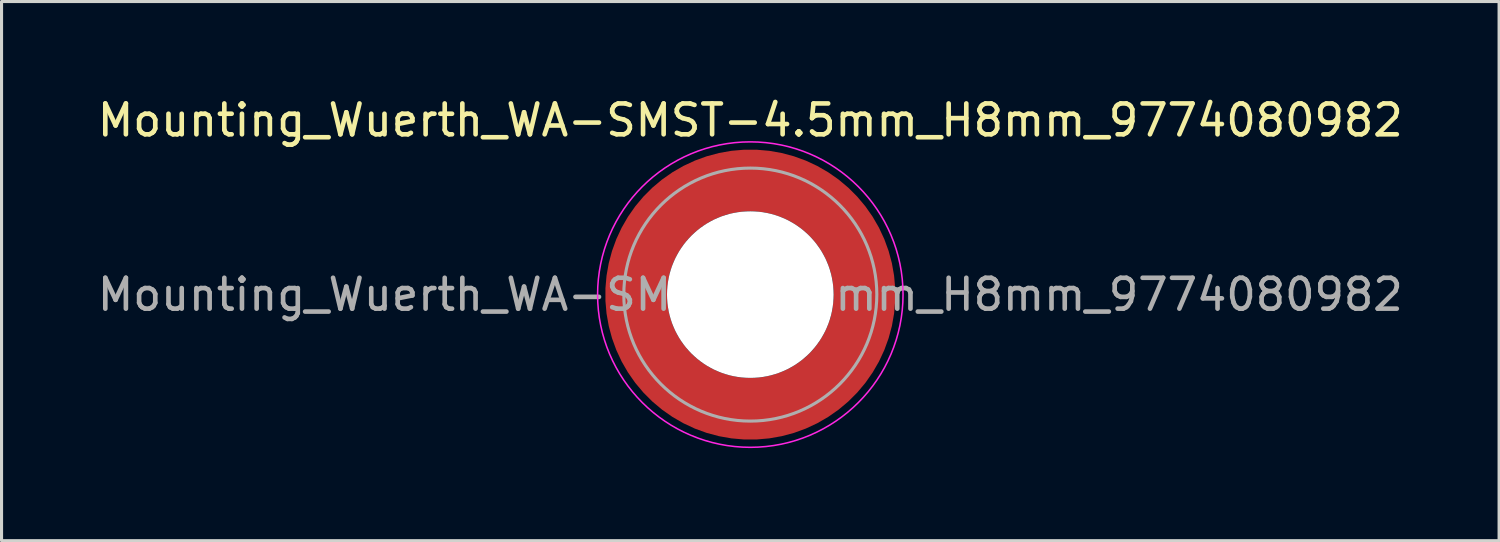
<source format=kicad_pcb>
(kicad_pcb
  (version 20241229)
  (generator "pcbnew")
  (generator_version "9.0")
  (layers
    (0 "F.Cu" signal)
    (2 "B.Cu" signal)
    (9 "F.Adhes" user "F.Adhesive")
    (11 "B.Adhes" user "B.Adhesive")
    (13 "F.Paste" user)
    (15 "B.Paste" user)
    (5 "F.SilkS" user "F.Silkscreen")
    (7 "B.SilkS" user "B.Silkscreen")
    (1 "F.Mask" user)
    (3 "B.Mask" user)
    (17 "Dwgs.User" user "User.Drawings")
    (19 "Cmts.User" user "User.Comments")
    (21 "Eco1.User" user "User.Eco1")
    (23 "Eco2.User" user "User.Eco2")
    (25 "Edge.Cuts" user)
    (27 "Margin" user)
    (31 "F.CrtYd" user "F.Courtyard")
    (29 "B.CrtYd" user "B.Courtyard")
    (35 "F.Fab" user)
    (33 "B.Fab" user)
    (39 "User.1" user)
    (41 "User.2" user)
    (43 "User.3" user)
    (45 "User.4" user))
  (footprint "Mounting_Wuerth_WA-SMST-4.5mm_H8mm_9774080982"
    (layer "F.Cu")
    (at 21.268 6.498)
    (property "Reference" "Mounting_Wuerth_WA-SMST-4.5mm_H8mm_9774080982" (at 0 -5.65 0) (layer "F.SilkS") (effects (font (size 1 1) (thickness 0.15))))
    (property "Mouser Part no." "" (at 0 0 0) (layer "F.Fab") (effects (font (size 1.27 1.27) (thickness 0.15))))
    (property "Mouser link" "" (at 0 0 0) (layer "F.Fab") (effects (font (size 1.27 1.27) (thickness 0.15))))
    (attr smd)
    (fp_circle (center 0 0) (end 4.95 0) (stroke (width 0.05) (type solid)) (fill no) (layer "F.CrtYd"))
    (fp_circle (center 0 0) (end 4.1 0) (stroke (width 0.1) (type solid)) (fill no) (layer "F.Fab"))
    (fp_text user "${REFERENCE}" (at 0 0 0) (layer "F.Fab") (effects (font (size 1 1) (thickness 0.15))))
    (pad "" smd custom (at -2.607 -2.607) (size 1.495 1.495) (layers "F.Paste") (options (anchor circle)) (primitives (gr_arc (start -0.188183 2.107456) (mid 0.598928 0.599619) (end 2.106494 -0.188011) (width 0.2)) (gr_arc (start -0.289416 2.107456) (mid 0.528508 0.529033) (end 2.106724 -0.28929) (width 0.2)) (gr_arc (start -0.390547 2.107456) (mid 0.457087 0.459449) (end 2.104161 -0.389996) (width 0.2)) (gr_arc (start -0.491585 2.107456) (mid 0.386415 0.389116) (end 2.103685 -0.490974) (width 0.2)) (gr_arc (start -0.59254 2.107456) (mid 0.31649 0.318035) (end 2.105297 -0.592202) (width 0.2)) (gr_arc (start -0.693419 2.107456) (mid 0.245252 0.248268) (end 2.103239 -0.692777) (width 0.2)) (gr_arc (start -0.794229 2.107456) (mid 0.174636 0.177878) (end 2.102921 -0.793559) (width 0.2)) (gr_arc (start -0.894975 2.107456) (mid 0.104643 0.106866) (end 2.104343 -0.894529) (width 0.2)) (gr_arc (start -0.995664 2.107456) (mid 0.033026 0.037479) (end 2.101219 -0.994793) (width 0.2)) (gr_arc (start -1.0963 2.107456) (mid -0.035789 -0.034714) (end 2.105949 -1.096096) (width 0.2)) (gr_arc (start -1.196886 2.107456) (mid -0.106351 -0.105157) (end 2.105783 -1.196666) (width 0.2)) (gr_arc (start -1.297427 2.107456) (mid -0.176416 -0.176097) (end 2.107009 -1.29737) (width 0.2)) (gr_arc (start -1.397927 2.107456) (mid -0.248476 -0.245042) (end 2.102638 -1.397323) (width 0.2)) (gr_arc (start -1.498388 2.107456) (mid -0.317612 -0.316913) (end 2.106475 -1.498268) (width 0.2)) (gr_arc (start -1.598813 2.107456) (mid -0.388865 -0.386665) (end 2.104366 -1.598444) (width 0.2)) (gr_arc (start -1.699204 2.107456) (mid -0.459747 -0.456787) (end 2.103299 -1.698719) (width 0.2)) (gr_arc (start -1.799565 2.107456) (mid -0.530257 -0.527283) (end 2.103277 -1.799089) (width 0.2)) (gr_arc (start -1.899896 2.107456) (mid -0.600396 -0.59815) (end 2.104299 -1.899545) (width 0.2)) (gr_arc (start -1.899896 2.107456) (mid -0.600396 -0.59815) (end 2.104299 -1.899545) (width 0.2)) (gr_line (start 2.107 -0.188) (end 2.107 -1.9) (width 0.2)) (gr_line (start -0.188 2.107) (end -1.9 2.107) (width 0.2))))
    (pad "" smd custom (at -2.607 2.607) (size 1.495 1.495) (layers "F.Paste") (options (anchor circle)) (primitives (gr_arc (start 2.107456 0.188183) (mid 0.599619 -0.598928) (end -0.188011 -2.106494) (width 0.2)) (gr_arc (start 2.107456 0.289416) (mid 0.529033 -0.528508) (end -0.28929 -2.106724) (width 0.2)) (gr_arc (start 2.107456 0.390547) (mid 0.459449 -0.457087) (end -0.389996 -2.104161) (width 0.2)) (gr_arc (start 2.107456 0.491585) (mid 0.389116 -0.386415) (end -0.490974 -2.103685) (width 0.2)) (gr_arc (start 2.107456 0.59254) (mid 0.318035 -0.31649) (end -0.592202 -2.105297) (width 0.2)) (gr_arc (start 2.107456 0.693419) (mid 0.248268 -0.245252) (end -0.692777 -2.103239) (width 0.2)) (gr_arc (start 2.107456 0.794229) (mid 0.177878 -0.174636) (end -0.793559 -2.102921) (width 0.2)) (gr_arc (start 2.107456 0.894975) (mid 0.106866 -0.104643) (end -0.894529 -2.104343) (width 0.2)) (gr_arc (start 2.107456 0.995664) (mid 0.037479 -0.033026) (end -0.994793 -2.101219) (width 0.2)) (gr_arc (start 2.107456 1.0963) (mid -0.034714 0.035789) (end -1.096096 -2.105949) (width 0.2)) (gr_arc (start 2.107456 1.196886) (mid -0.105157 0.106351) (end -1.196666 -2.105783) (width 0.2)) (gr_arc (start 2.107456 1.297427) (mid -0.176097 0.176416) (end -1.29737 -2.107009) (width 0.2)) (gr_arc (start 2.107456 1.397927) (mid -0.245042 0.248476) (end -1.397323 -2.102638) (width 0.2)) (gr_arc (start 2.107456 1.498388) (mid -0.316913 0.317612) (end -1.498268 -2.106475) (width 0.2)) (gr_arc (start 2.107456 1.598813) (mid -0.386665 0.388865) (end -1.598444 -2.104366) (width 0.2)) (gr_arc (start 2.107456 1.699204) (mid -0.456787 0.459747) (end -1.698719 -2.103299) (width 0.2)) (gr_arc (start 2.107456 1.799565) (mid -0.527283 0.530257) (end -1.799089 -2.103277) (width 0.2)) (gr_arc (start 2.107456 1.899896) (mid -0.59815 0.600396) (end -1.899545 -2.104299) (width 0.2)) (gr_arc (start 2.107456 1.899896) (mid -0.59815 0.600396) (end -1.899545 -2.104299) (width 0.2)) (gr_line (start -0.188 -2.107) (end -1.9 -2.107) (width 0.2)) (gr_line (start 2.107 0.188) (end 2.107 1.9) (width 0.2))))
    (pad "" np_thru_hole circle (at 0 0) (size 5.4 5.4) (drill 5.4) (layers "*.Cu" "*.Mask"))
    (pad "" smd custom (at 2.607 -2.607) (size 1.495 1.495) (layers "F.Paste") (options (anchor circle)) (primitives (gr_arc (start -2.107456 -0.188183) (mid -0.599619 0.598928) (end 0.188011 2.106494) (width 0.2)) (gr_arc (start -2.107456 -0.289416) (mid -0.529033 0.528508) (end 0.28929 2.106724) (width 0.2)) (gr_arc (start -2.107456 -0.390547) (mid -0.459449 0.457087) (end 0.389996 2.104161) (width 0.2)) (gr_arc (start -2.107456 -0.491585) (mid -0.389116 0.386415) (end 0.490974 2.103685) (width 0.2)) (gr_arc (start -2.107456 -0.59254) (mid -0.318035 0.31649) (end 0.592202 2.105297) (width 0.2)) (gr_arc (start -2.107456 -0.693419) (mid -0.248268 0.245252) (end 0.692777 2.103239) (width 0.2)) (gr_arc (start -2.107456 -0.794229) (mid -0.177878 0.174636) (end 0.793559 2.102921) (width 0.2)) (gr_arc (start -2.107456 -0.894975) (mid -0.106866 0.104643) (end 0.894529 2.104343) (width 0.2)) (gr_arc (start -2.107456 -0.995664) (mid -0.037479 0.033026) (end 0.994793 2.101219) (width 0.2)) (gr_arc (start -2.107456 -1.0963) (mid 0.034714 -0.035789) (end 1.096096 2.105949) (width 0.2)) (gr_arc (start -2.107456 -1.196886) (mid 0.105157 -0.106351) (end 1.196666 2.105783) (width 0.2)) (gr_arc (start -2.107456 -1.297427) (mid 0.176097 -0.176416) (end 1.29737 2.107009) (width 0.2)) (gr_arc (start -2.107456 -1.397927) (mid 0.245042 -0.248476) (end 1.397323 2.102638) (width 0.2)) (gr_arc (start -2.107456 -1.498388) (mid 0.316913 -0.317612) (end 1.498268 2.106475) (width 0.2)) (gr_arc (start -2.107456 -1.598813) (mid 0.386665 -0.388865) (end 1.598444 2.104366) (width 0.2)) (gr_arc (start -2.107456 -1.699204) (mid 0.456787 -0.459747) (end 1.698719 2.103299) (width 0.2)) (gr_arc (start -2.107456 -1.799565) (mid 0.527283 -0.530257) (end 1.799089 2.103277) (width 0.2)) (gr_arc (start -2.107456 -1.899896) (mid 0.59815 -0.600396) (end 1.899545 2.104299) (width 0.2)) (gr_arc (start -2.107456 -1.899896) (mid 0.59815 -0.600396) (end 1.899545 2.104299) (width 0.2)) (gr_line (start 0.188 2.107) (end 1.9 2.107) (width 0.2)) (gr_line (start -2.107 -0.188) (end -2.107 -1.9) (width 0.2))))
    (pad "" smd custom (at 2.607 2.607) (size 1.495 1.495) (layers "F.Paste") (options (anchor circle)) (primitives (gr_arc (start 0.188183 -2.107456) (mid -0.598928 -0.599619) (end -2.106494 0.188011) (width 0.2)) (gr_arc (start 0.289416 -2.107456) (mid -0.528508 -0.529033) (end -2.106724 0.28929) (width 0.2)) (gr_arc (start 0.390547 -2.107456) (mid -0.457087 -0.459449) (end -2.104161 0.389996) (width 0.2)) (gr_arc (start 0.491585 -2.107456) (mid -0.386415 -0.389116) (end -2.103685 0.490974) (width 0.2)) (gr_arc (start 0.59254 -2.107456) (mid -0.31649 -0.318035) (end -2.105297 0.592202) (width 0.2)) (gr_arc (start 0.693419 -2.107456) (mid -0.245252 -0.248268) (end -2.103239 0.692777) (width 0.2)) (gr_arc (start 0.794229 -2.107456) (mid -0.174636 -0.177878) (end -2.102921 0.793559) (width 0.2)) (gr_arc (start 0.894975 -2.107456) (mid -0.104643 -0.106866) (end -2.104343 0.894529) (width 0.2)) (gr_arc (start 0.995664 -2.107456) (mid -0.033026 -0.037479) (end -2.101219 0.994793) (width 0.2)) (gr_arc (start 1.0963 -2.107456) (mid 0.035789 0.034714) (end -2.105949 1.096096) (width 0.2)) (gr_arc (start 1.196886 -2.107456) (mid 0.106351 0.105157) (end -2.105783 1.196666) (width 0.2)) (gr_arc (start 1.297427 -2.107456) (mid 0.176416 0.176097) (end -2.107009 1.29737) (width 0.2)) (gr_arc (start 1.397927 -2.107456) (mid 0.248476 0.245042) (end -2.102638 1.397323) (width 0.2)) (gr_arc (start 1.498388 -2.107456) (mid 0.317612 0.316913) (end -2.106475 1.498268) (width 0.2)) (gr_arc (start 1.598813 -2.107456) (mid 0.388865 0.386665) (end -2.104366 1.598444) (width 0.2)) (gr_arc (start 1.699204 -2.107456) (mid 0.459747 0.456787) (end -2.103299 1.698719) (width 0.2)) (gr_arc (start 1.799565 -2.107456) (mid 0.530257 0.527283) (end -2.103277 1.799089) (width 0.2)) (gr_arc (start 1.899896 -2.107456) (mid 0.600396 0.59815) (end -2.104299 1.899545) (width 0.2)) (gr_arc (start 1.899896 -2.107456) (mid 0.600396 0.59815) (end -2.104299 1.899545) (width 0.2)) (gr_line (start -2.107 0.188) (end -2.107 1.9) (width 0.2)) (gr_line (start 0.188 -2.107) (end 1.9 -2.107) (width 0.2))))
    (pad "1" smd circle (at -3.7 0) (size 1.6 1.6) (layers "F.Cu"))
    (pad "1" smd circle (at 0 -3.7) (size 1.6 1.6) (layers "F.Cu"))
    (pad "1" smd circle (at 0 3.7) (size 1.6 1.6) (layers "F.Cu"))
    (pad "1" smd custom (at 3.7 0) (size 1.6 1.6) (layers "F.Cu" "F.Mask") (options (anchor circle)) (primitives (gr_circle (center -3.7 0) (end 0 0) (width 2) (fill no)))))
  (gr_rect
    (start -3 -3)
    (end 45.536 14.473)
    (stroke (width 0.1) (type default))
    (fill no)
    (layer "Edge.Cuts")))
</source>
